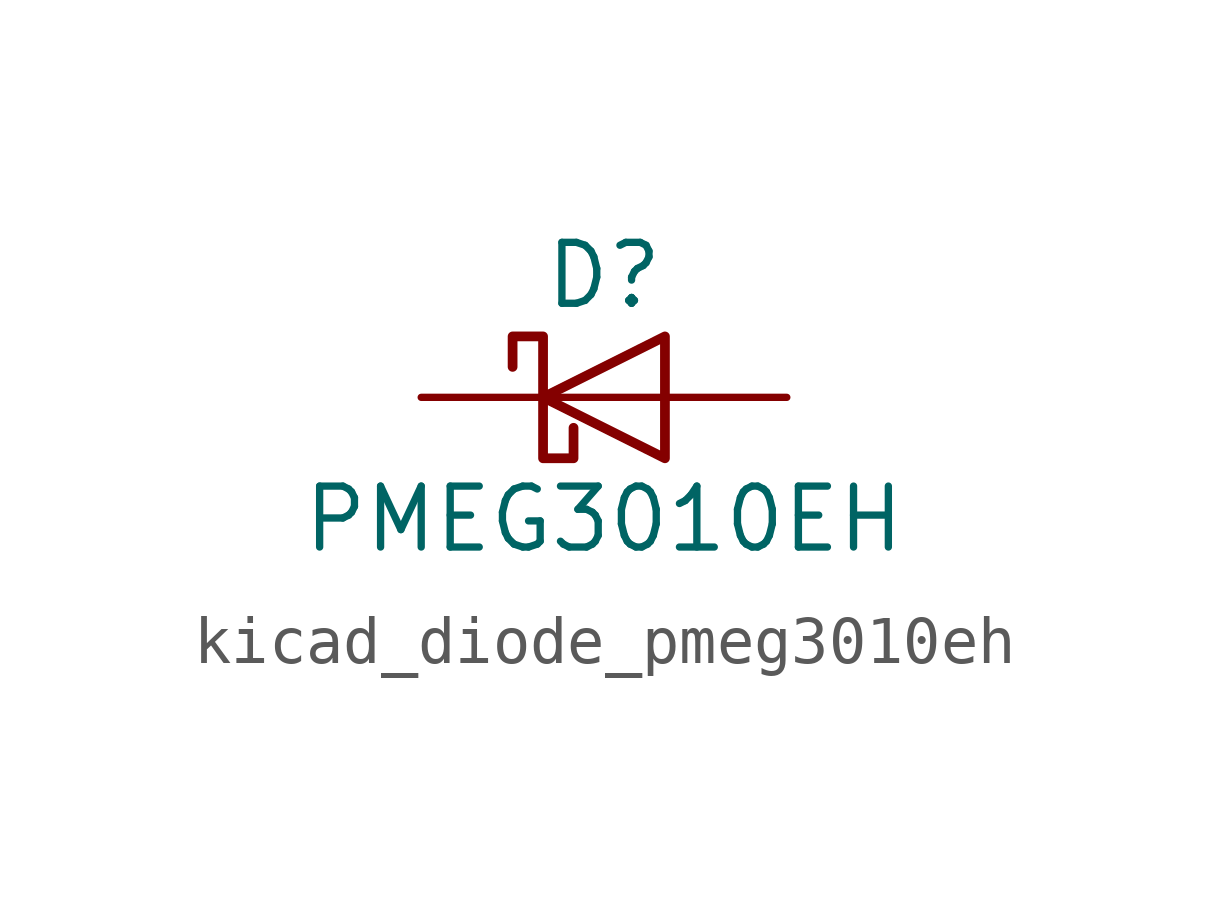
<source format=kicad_sym>
(kicad_symbol_lib
  (version 20220914)
  (generator kicad_symbol_editor)
  (symbol "kicad_diode_pmeg3010eh"
    (pin_numbers hide)
    (pin_names hide)
    (property "Reference" "D"
      (at 0 2.54 0)
      (effects (font (size 1.27 1.27))))
    (property "Value" "PMEG3010EH"
      (at 0 -2.54 0)
      (effects (font (size 1.27 1.27))))
    (symbol "kicad_diode_pmeg3010eh_0_1"
      (polyline (pts (xy 1.27 0) (xy -1.27 0)) (stroke (width 0) (type default)) (fill (type none)))
      (polyline (pts (xy 1.27 1.27) (xy 1.27 -1.27) (xy -1.27 0) (xy 1.27 1.27)) (stroke (width 0.203) (type default)) (fill (type none)))
      (polyline (pts (xy -1.905 0.635) (xy -1.905 1.27) (xy -1.27 1.27) (xy -1.27 -1.27) (xy -0.635 -1.27) (xy -0.635 -0.635)) (stroke (width 0.203) (type default)) (fill (type none))))
    (symbol "kicad_diode_pmeg3010eh_1_1"
      (pin passive line (at -3.81 0 0) (length 2.54) (name "K" (effects (font (size 1.27 1.27)))) (number "1" (effects (font (size 1.27 1.27)))))
      (pin passive line (at 3.81 0 180) (length 2.54) (name "A" (effects (font (size 1.27 1.27)))) (number "2" (effects (font (size 1.27 1.27))))))))
</source>
